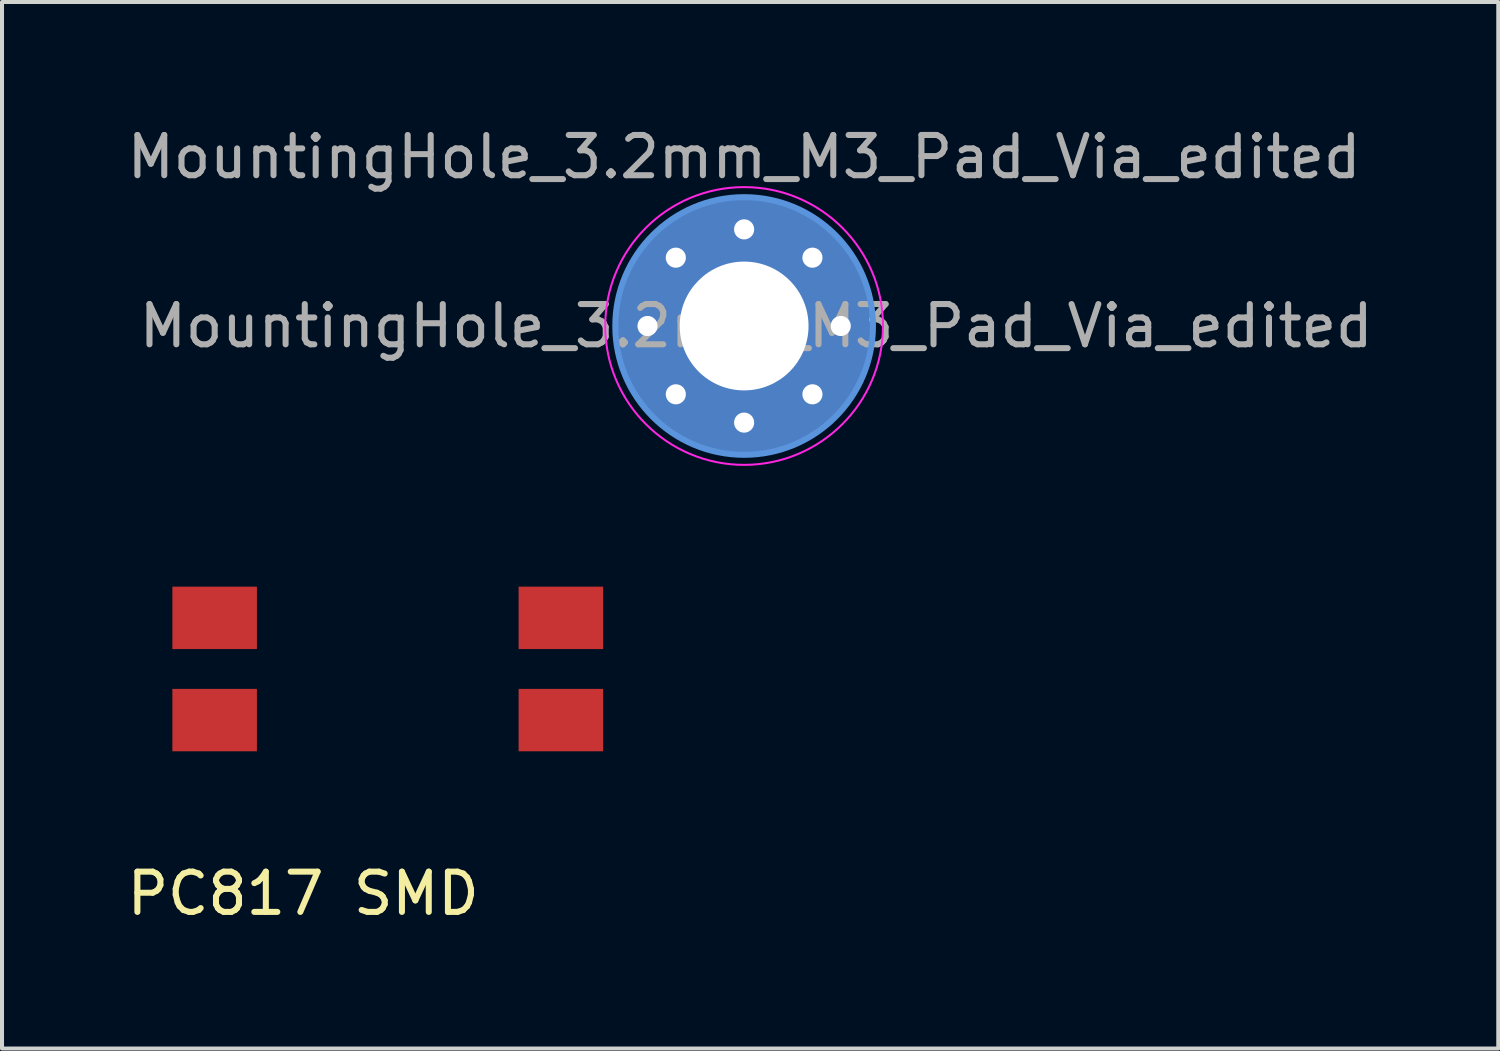
<source format=kicad_pcb>
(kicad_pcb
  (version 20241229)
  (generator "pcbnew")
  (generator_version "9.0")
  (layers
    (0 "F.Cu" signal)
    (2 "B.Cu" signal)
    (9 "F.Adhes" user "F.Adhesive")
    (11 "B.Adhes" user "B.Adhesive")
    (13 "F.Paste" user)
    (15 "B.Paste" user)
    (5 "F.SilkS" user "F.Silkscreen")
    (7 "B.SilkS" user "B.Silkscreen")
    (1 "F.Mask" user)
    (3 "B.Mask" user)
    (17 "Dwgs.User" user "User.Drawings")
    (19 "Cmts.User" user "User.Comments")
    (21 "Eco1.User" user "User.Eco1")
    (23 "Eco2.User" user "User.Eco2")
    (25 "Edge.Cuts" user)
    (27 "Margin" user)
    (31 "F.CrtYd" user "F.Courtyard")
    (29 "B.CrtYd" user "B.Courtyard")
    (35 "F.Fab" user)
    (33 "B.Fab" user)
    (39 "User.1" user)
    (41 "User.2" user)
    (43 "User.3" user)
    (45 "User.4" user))
  (footprint "MountingHole_3.2mm_M3_Pad_Via_edited"
    (layer "F.Cu")
    (at 15.435 5.048)
    (property "Reference" "MountingHole_3.2mm_M3_Pad_Via_edited" (at 0 -4.2 0) (layer "F.Fab") (effects (font (size 1 1) (thickness 0.15))))
    (attr exclude_from_pos_files)
    (fp_circle (center 0 0) (end 3.2 0) (stroke (width 0.15) (type solid)) (fill no) (layer "Cmts.User"))
    (fp_circle (center 0 0) (end 3.45 0) (stroke (width 0.05) (type solid)) (fill no) (layer "F.CrtYd"))
    (fp_text user "${REFERENCE}" (at 0.3 0 0) (layer "F.Fab") (effects (font (size 1 1) (thickness 0.15))))
    (pad "1" thru_hole circle (at -2.4 0) (size 0.8 0.8) (drill 0.5) (layers "*.Cu" "*.Mask"))
    (pad "1" thru_hole circle (at -1.697 -1.697) (size 0.8 0.8) (drill 0.5) (layers "*.Cu" "*.Mask"))
    (pad "1" thru_hole circle (at -1.697 1.697) (size 0.8 0.8) (drill 0.5) (layers "*.Cu" "*.Mask"))
    (pad "1" thru_hole circle (at 0 -2.4) (size 0.8 0.8) (drill 0.5) (layers "*.Cu" "*.Mask"))
    (pad "1" thru_hole circle (at 0 0) (size 6.4 6.4) (drill 3.2) (layers "*.Cu" "*.Mask"))
    (pad "1" thru_hole circle (at 0 2.4) (size 0.8 0.8) (drill 0.5) (layers "*.Cu" "*.Mask"))
    (pad "1" thru_hole circle (at 1.697 -1.697) (size 0.8 0.8) (drill 0.5) (layers "*.Cu" "*.Mask"))
    (pad "1" thru_hole circle (at 1.697 1.697) (size 0.8 0.8) (drill 0.5) (layers "*.Cu" "*.Mask"))
    (pad "1" thru_hole circle (at 2.4 0) (size 0.8 0.8) (drill 0.5) (layers "*.Cu" "*.Mask")))
  (footprint "PC817 SMD"
    (layer "F.Cu")
    (at 4.482 18.648)
    (property "Reference" "PC817 SMD" (at 0 0.5 0) (layer "F.SilkS") (effects (font (size 1 1) (thickness 0.15))))
    (attr through_hole)
    (pad "1" smd rect (at -2.2 -6.35) (size 2.1 1.55) (layers "F.Cu" "F.Mask" "B.Adhes"))
    (pad "2" smd rect (at -2.2 -3.81) (size 2.1 1.55) (layers "F.Cu" "F.Mask" "B.Adhes"))
    (pad "3" smd rect (at 6.401 -6.35) (size 2.1 1.55) (layers "F.Cu" "F.Mask" "B.Adhes"))
    (pad "4" smd rect (at 6.401 -3.81) (size 2.1 1.55) (layers "F.Cu" "F.Mask" "B.Adhes")))
  (gr_rect
    (start -3 -3)
    (end 34.169 22.997)
    (stroke (width 0.1) (type default))
    (fill no)
    (layer "Edge.Cuts")))
</source>
